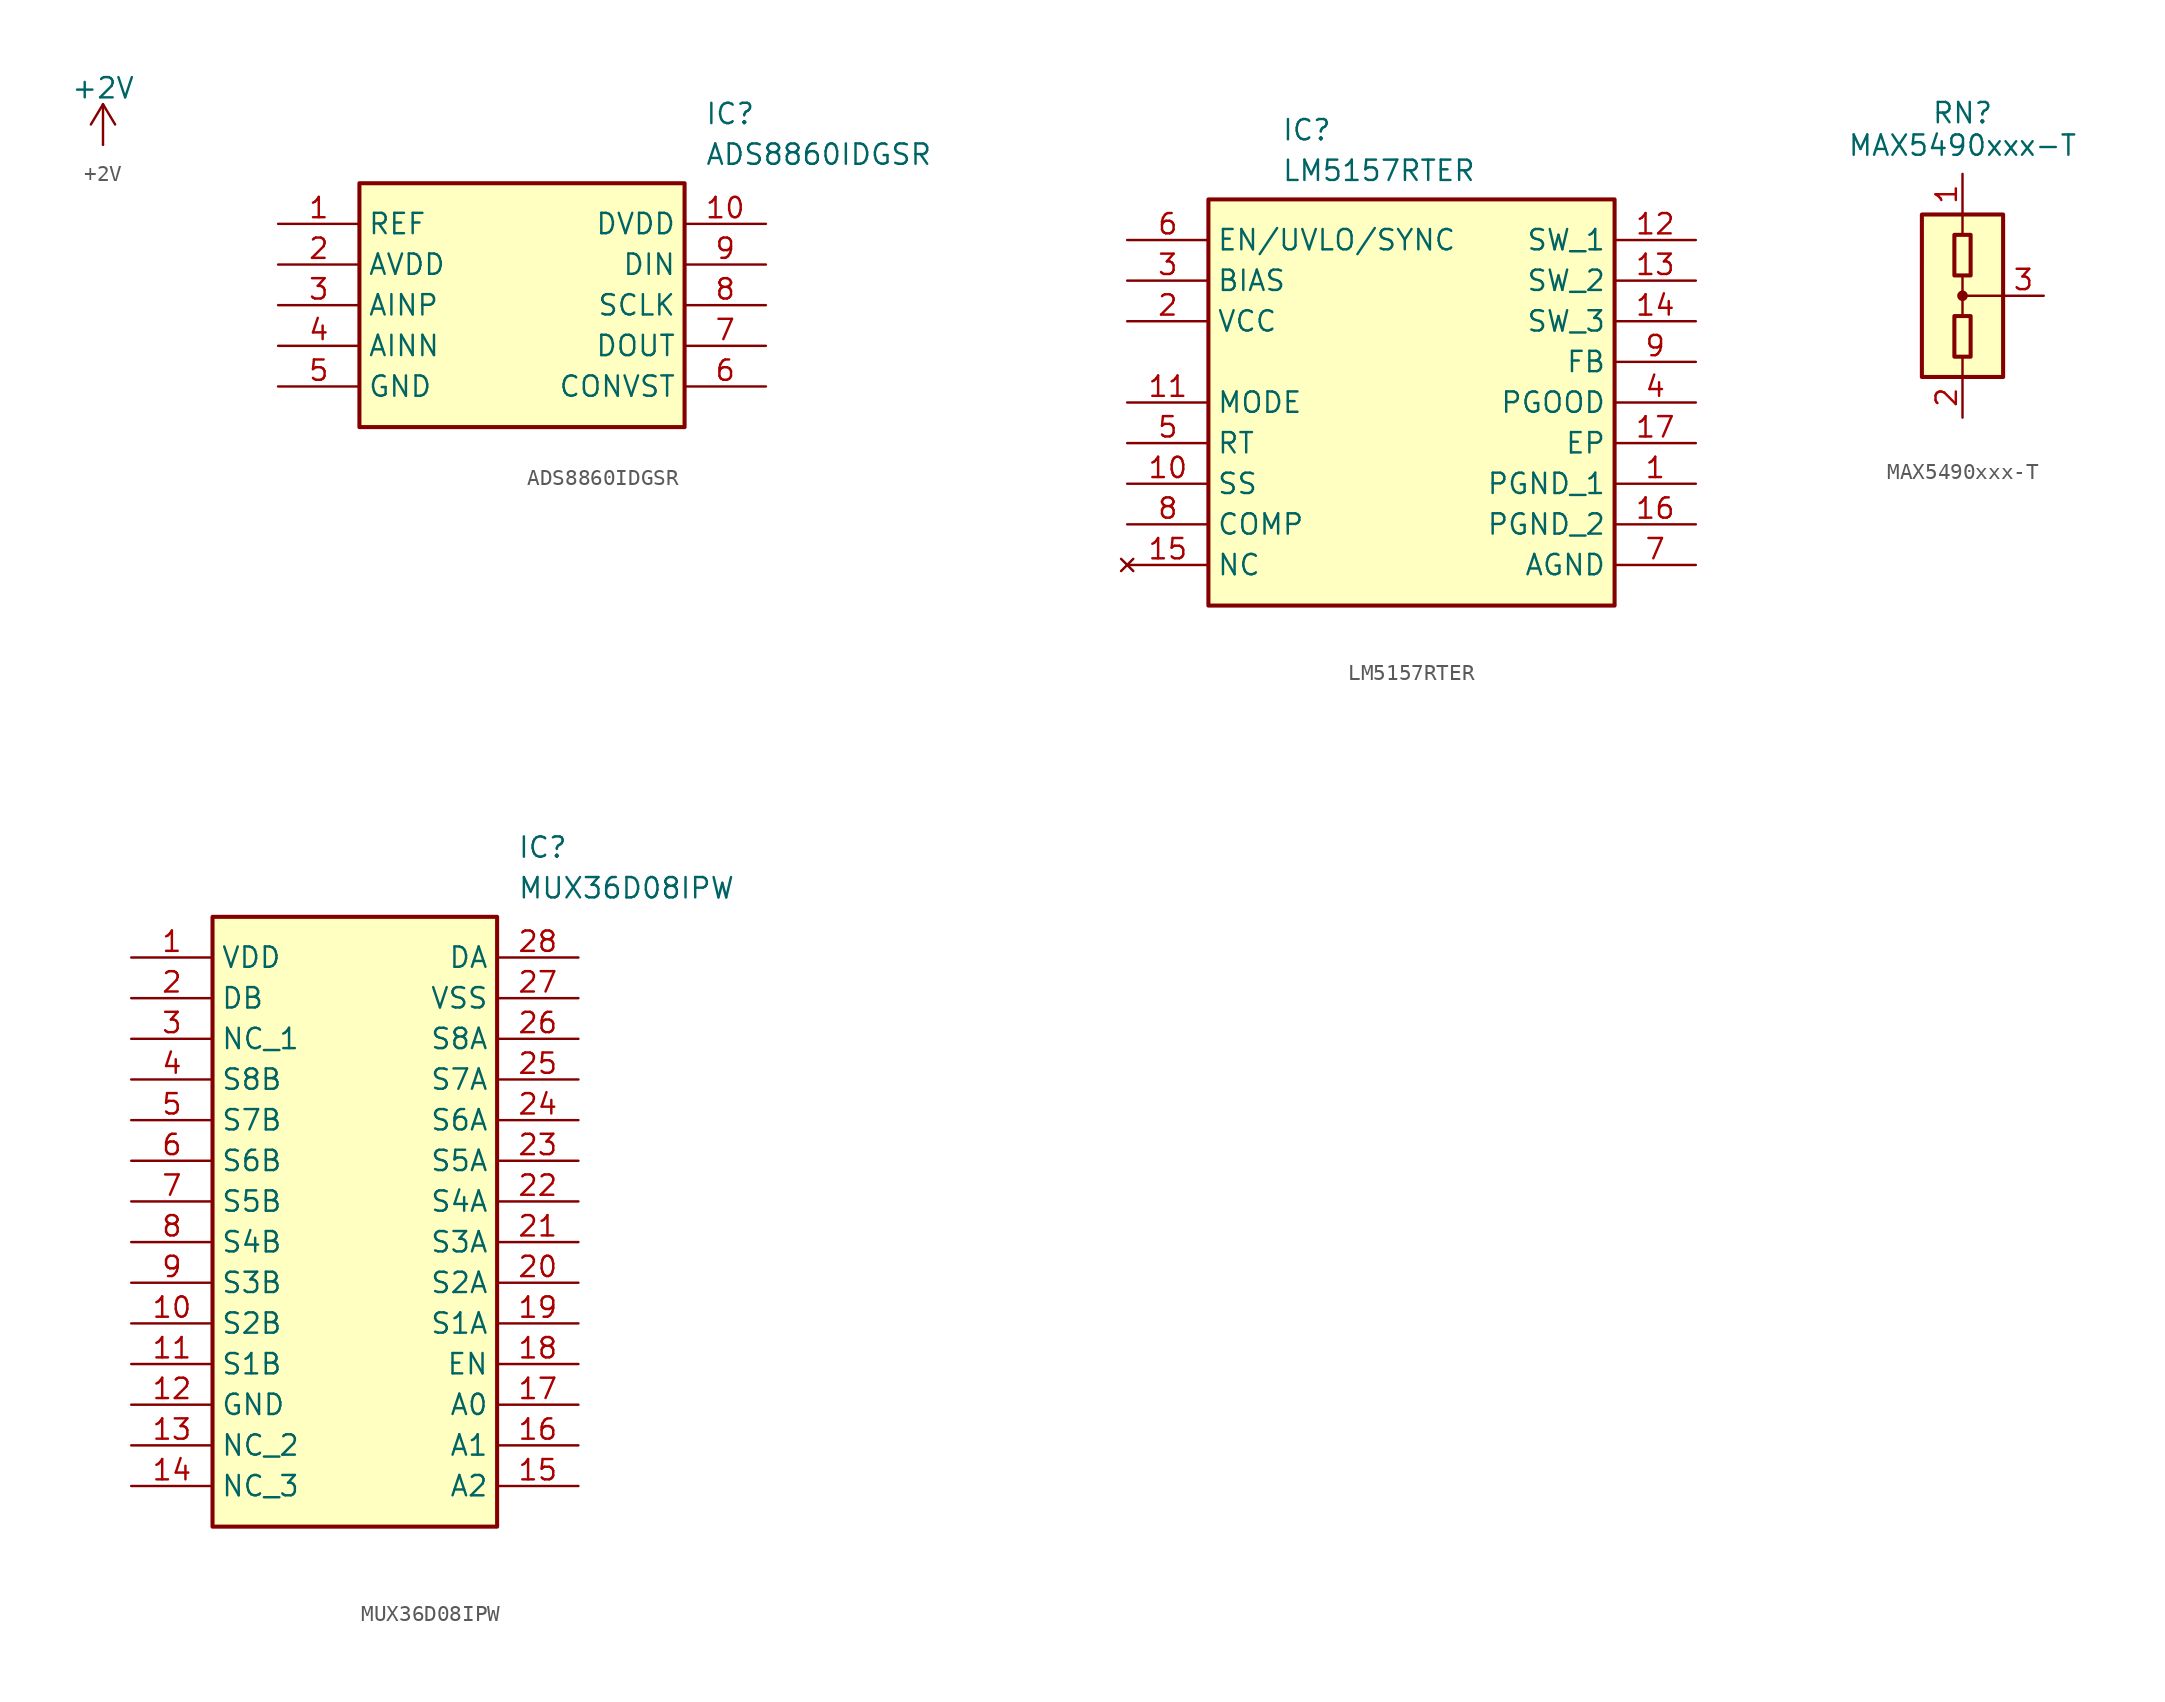
<source format=kicad_sym>
(kicad_symbol_lib
  (version 20231120)
  (generator "kicad_symbol_editor")
  (generator_version "8.0")
  (symbol "+2V"
    (power)
    (pin_numbers hide)
    (pin_names
      (offset 0) hide)
    (property "Reference" "#PWR"
      (at 0 -3.81 0)
      (effects (font (size 1.27 1.27)) (hide yes)))
    (property "Value" "+2V"
      (at 0 3.556 0)
      (effects (font (size 1.27 1.27))))
    (symbol "+2V_0_1"
      (polyline (pts (xy -0.762 1.27) (xy 0 2.54)) (stroke (width 0) (type default)) (fill (type none)))
      (polyline (pts (xy 0 0) (xy 0 2.54)) (stroke (width 0) (type default)) (fill (type none)))
      (polyline (pts (xy 0 2.54) (xy 0.762 1.27)) (stroke (width 0) (type default)) (fill (type none))))
    (symbol "+2V_1_1"
      (pin power_in line (at 0 0 90) (length 0) (name "~" (effects (font (size 1.27 1.27)))) (number "1" (effects (font (size 1.27 1.27)))))))
  (symbol "ADS8860IDGSR"
    (property "Reference" "IC"
      (at 26.67 7.62 0)
      (effects (font (size 1.27 1.27)) (justify left top)))
    (property "Value" "ADS8860IDGSR"
      (at 26.67 5.08 0)
      (effects (font (size 1.27 1.27)) (justify left top)))
    (symbol "ADS8860IDGSR_1_1"
      (rectangle (start 5.08 2.54) (end 25.4 -12.7) (stroke (width 0.254) (type default)) (fill (type background)))
      (pin passive line (at 0 0 0) (length 5.08) (name "REF" (effects (font (size 1.27 1.27)))) (number "1" (effects (font (size 1.27 1.27)))))
      (pin passive line (at 30.48 0 180) (length 5.08) (name "DVDD" (effects (font (size 1.27 1.27)))) (number "10" (effects (font (size 1.27 1.27)))))
      (pin passive line (at 0 -2.54 0) (length 5.08) (name "AVDD" (effects (font (size 1.27 1.27)))) (number "2" (effects (font (size 1.27 1.27)))))
      (pin passive line (at 0 -5.08 0) (length 5.08) (name "AINP" (effects (font (size 1.27 1.27)))) (number "3" (effects (font (size 1.27 1.27)))))
      (pin passive line (at 0 -7.62 0) (length 5.08) (name "AINN" (effects (font (size 1.27 1.27)))) (number "4" (effects (font (size 1.27 1.27)))))
      (pin passive line (at 0 -10.16 0) (length 5.08) (name "GND" (effects (font (size 1.27 1.27)))) (number "5" (effects (font (size 1.27 1.27)))))
      (pin passive line (at 30.48 -10.16 180) (length 5.08) (name "CONVST" (effects (font (size 1.27 1.27)))) (number "6" (effects (font (size 1.27 1.27)))))
      (pin passive line (at 30.48 -7.62 180) (length 5.08) (name "DOUT" (effects (font (size 1.27 1.27)))) (number "7" (effects (font (size 1.27 1.27)))))
      (pin passive line (at 30.48 -5.08 180) (length 5.08) (name "SCLK" (effects (font (size 1.27 1.27)))) (number "8" (effects (font (size 1.27 1.27)))))
      (pin passive line (at 30.48 -2.54 180) (length 5.08) (name "DIN" (effects (font (size 1.27 1.27)))) (number "9" (effects (font (size 1.27 1.27)))))))
  (symbol "LM5157RTER"
    (property "Reference" "IC"
      (at -8.128 15.24 0)
      (effects (font (size 1.27 1.27)) (justify left top)))
    (property "Value" "LM5157RTER"
      (at -8.128 12.7 0)
      (effects (font (size 1.27 1.27)) (justify left top)))
    (symbol "LM5157RTER_1_1"
      (rectangle (start -12.7 10.16) (end 12.7 -15.24) (stroke (width 0.254) (type default)) (fill (type background)))
      (pin passive line (at 17.78 -7.62 180) (length 5.08) (name "PGND_1" (effects (font (size 1.27 1.27)))) (number "1" (effects (font (size 1.27 1.27)))))
      (pin passive line (at -17.78 -7.62 0) (length 5.08) (name "SS" (effects (font (size 1.27 1.27)))) (number "10" (effects (font (size 1.27 1.27)))))
      (pin passive line (at -17.78 -2.54 0) (length 5.08) (name "MODE" (effects (font (size 1.27 1.27)))) (number "11" (effects (font (size 1.27 1.27)))))
      (pin passive line (at 17.78 7.62 180) (length 5.08) (name "SW_1" (effects (font (size 1.27 1.27)))) (number "12" (effects (font (size 1.27 1.27)))))
      (pin passive line (at 17.78 5.08 180) (length 5.08) (name "SW_2" (effects (font (size 1.27 1.27)))) (number "13" (effects (font (size 1.27 1.27)))))
      (pin passive line (at 17.78 2.54 180) (length 5.08) (name "SW_3" (effects (font (size 1.27 1.27)))) (number "14" (effects (font (size 1.27 1.27)))))
      (pin no_connect line (at -17.78 -12.7 0) (length 5.08) (name "NC" (effects (font (size 1.27 1.27)))) (number "15" (effects (font (size 1.27 1.27)))))
      (pin passive line (at 17.78 -10.16 180) (length 5.08) (name "PGND_2" (effects (font (size 1.27 1.27)))) (number "16" (effects (font (size 1.27 1.27)))))
      (pin passive line (at 17.78 -5.08 180) (length 5.08) (name "EP" (effects (font (size 1.27 1.27)))) (number "17" (effects (font (size 1.27 1.27)))))
      (pin passive line (at -17.78 2.54 0) (length 5.08) (name "VCC" (effects (font (size 1.27 1.27)))) (number "2" (effects (font (size 1.27 1.27)))))
      (pin passive line (at -17.78 5.08 0) (length 5.08) (name "BIAS" (effects (font (size 1.27 1.27)))) (number "3" (effects (font (size 1.27 1.27)))))
      (pin passive line (at 17.78 -2.54 180) (length 5.08) (name "PGOOD" (effects (font (size 1.27 1.27)))) (number "4" (effects (font (size 1.27 1.27)))))
      (pin passive line (at -17.78 -5.08 0) (length 5.08) (name "RT" (effects (font (size 1.27 1.27)))) (number "5" (effects (font (size 1.27 1.27)))))
      (pin passive line (at -17.78 7.62 0) (length 5.08) (name "EN/UVLO/SYNC" (effects (font (size 1.27 1.27)))) (number "6" (effects (font (size 1.27 1.27)))))
      (pin passive line (at 17.78 -12.7 180) (length 5.08) (name "AGND" (effects (font (size 1.27 1.27)))) (number "7" (effects (font (size 1.27 1.27)))))
      (pin passive line (at -17.78 -10.16 0) (length 5.08) (name "COMP" (effects (font (size 1.27 1.27)))) (number "8" (effects (font (size 1.27 1.27)))))
      (pin passive line (at 17.78 0 180) (length 5.08) (name "FB" (effects (font (size 1.27 1.27)))) (number "9" (effects (font (size 1.27 1.27)))))))
  (symbol "MAX5490xxx-T"
    (pin_names
      (offset 0) hide)
    (property "Reference" "RN"
      (at 0 11.43 0)
      (effects (font (size 1.27 1.27))))
    (property "Value" "MAX5490xxx-T"
      (at 0 9.398 0)
      (effects (font (size 1.27 1.27))))
    (symbol "MAX5490xxx-T_0_1"
      (rectangle (start -2.54 5.08) (end 2.54 -5.08) (stroke (width 0.254) (type default)) (fill (type background)))
      (rectangle (start -0.508 -1.27) (end 0.508 -3.81) (stroke (width 0.254) (type default)) (fill (type none)))
      (rectangle (start -0.508 3.81) (end 0.508 1.27) (stroke (width 0.254) (type default)) (fill (type none)))
      (polyline (pts (xy -2.54 3.81) (xy -2.54 2.032)) (stroke (width 0) (type default)) (fill (type none)))
      (polyline (pts (xy 0 -3.81) (xy 0 -5.08)) (stroke (width 0) (type default)) (fill (type none)))
      (polyline (pts (xy 0 1.27) (xy 0 -1.27)) (stroke (width 0) (type default)) (fill (type none)))
      (polyline (pts (xy 0 5.08) (xy 0 3.81)) (stroke (width 0) (type default)) (fill (type none)))
      (polyline (pts (xy 2.54 0) (xy 0 0)) (stroke (width 0) (type default)) (fill (type none)))
      (circle (center 0 0) (radius 0.254) (stroke (width 0) (type default)) (fill (type outline))))
    (symbol "MAX5490xxx-T_1_1"
      (pin passive line (at 0 7.62 270) (length 2.54) (name "COM1" (effects (font (size 1.27 1.27)))) (number "1" (effects (font (size 1.27 1.27)))))
      (pin passive line (at 0 -7.62 90) (length 2.54) (name "R1" (effects (font (size 1.27 1.27)))) (number "2" (effects (font (size 1.27 1.27)))))
      (pin passive line (at 5.08 0 180) (length 2.54) (name "R2" (effects (font (size 1.27 1.27)))) (number "3" (effects (font (size 1.27 1.27)))))))
  (symbol "MUX36D08IPW"
    (property "Reference" "IC"
      (at 24.13 7.62 0)
      (effects (font (size 1.27 1.27)) (justify left top)))
    (property "Value" "MUX36D08IPW"
      (at 24.13 5.08 0)
      (effects (font (size 1.27 1.27)) (justify left top)))
    (symbol "MUX36D08IPW_1_1"
      (rectangle (start 5.08 2.54) (end 22.86 -35.56) (stroke (width 0.254) (type default)) (fill (type background)))
      (pin passive line (at 0 0 0) (length 5.08) (name "VDD" (effects (font (size 1.27 1.27)))) (number "1" (effects (font (size 1.27 1.27)))))
      (pin passive line (at 0 -22.86 0) (length 5.08) (name "S2B" (effects (font (size 1.27 1.27)))) (number "10" (effects (font (size 1.27 1.27)))))
      (pin passive line (at 0 -25.4 0) (length 5.08) (name "S1B" (effects (font (size 1.27 1.27)))) (number "11" (effects (font (size 1.27 1.27)))))
      (pin passive line (at 0 -27.94 0) (length 5.08) (name "GND" (effects (font (size 1.27 1.27)))) (number "12" (effects (font (size 1.27 1.27)))))
      (pin passive line (at 0 -30.48 0) (length 5.08) (name "NC_2" (effects (font (size 1.27 1.27)))) (number "13" (effects (font (size 1.27 1.27)))))
      (pin passive line (at 0 -33.02 0) (length 5.08) (name "NC_3" (effects (font (size 1.27 1.27)))) (number "14" (effects (font (size 1.27 1.27)))))
      (pin passive line (at 27.94 -33.02 180) (length 5.08) (name "A2" (effects (font (size 1.27 1.27)))) (number "15" (effects (font (size 1.27 1.27)))))
      (pin passive line (at 27.94 -30.48 180) (length 5.08) (name "A1" (effects (font (size 1.27 1.27)))) (number "16" (effects (font (size 1.27 1.27)))))
      (pin passive line (at 27.94 -27.94 180) (length 5.08) (name "A0" (effects (font (size 1.27 1.27)))) (number "17" (effects (font (size 1.27 1.27)))))
      (pin passive line (at 27.94 -25.4 180) (length 5.08) (name "EN" (effects (font (size 1.27 1.27)))) (number "18" (effects (font (size 1.27 1.27)))))
      (pin passive line (at 27.94 -22.86 180) (length 5.08) (name "S1A" (effects (font (size 1.27 1.27)))) (number "19" (effects (font (size 1.27 1.27)))))
      (pin passive line (at 0 -2.54 0) (length 5.08) (name "DB" (effects (font (size 1.27 1.27)))) (number "2" (effects (font (size 1.27 1.27)))))
      (pin passive line (at 27.94 -20.32 180) (length 5.08) (name "S2A" (effects (font (size 1.27 1.27)))) (number "20" (effects (font (size 1.27 1.27)))))
      (pin passive line (at 27.94 -17.78 180) (length 5.08) (name "S3A" (effects (font (size 1.27 1.27)))) (number "21" (effects (font (size 1.27 1.27)))))
      (pin passive line (at 27.94 -15.24 180) (length 5.08) (name "S4A" (effects (font (size 1.27 1.27)))) (number "22" (effects (font (size 1.27 1.27)))))
      (pin passive line (at 27.94 -12.7 180) (length 5.08) (name "S5A" (effects (font (size 1.27 1.27)))) (number "23" (effects (font (size 1.27 1.27)))))
      (pin passive line (at 27.94 -10.16 180) (length 5.08) (name "S6A" (effects (font (size 1.27 1.27)))) (number "24" (effects (font (size 1.27 1.27)))))
      (pin passive line (at 27.94 -7.62 180) (length 5.08) (name "S7A" (effects (font (size 1.27 1.27)))) (number "25" (effects (font (size 1.27 1.27)))))
      (pin passive line (at 27.94 -5.08 180) (length 5.08) (name "S8A" (effects (font (size 1.27 1.27)))) (number "26" (effects (font (size 1.27 1.27)))))
      (pin passive line (at 27.94 -2.54 180) (length 5.08) (name "VSS" (effects (font (size 1.27 1.27)))) (number "27" (effects (font (size 1.27 1.27)))))
      (pin passive line (at 27.94 0 180) (length 5.08) (name "DA" (effects (font (size 1.27 1.27)))) (number "28" (effects (font (size 1.27 1.27)))))
      (pin passive line (at 0 -5.08 0) (length 5.08) (name "NC_1" (effects (font (size 1.27 1.27)))) (number "3" (effects (font (size 1.27 1.27)))))
      (pin passive line (at 0 -7.62 0) (length 5.08) (name "S8B" (effects (font (size 1.27 1.27)))) (number "4" (effects (font (size 1.27 1.27)))))
      (pin passive line (at 0 -10.16 0) (length 5.08) (name "S7B" (effects (font (size 1.27 1.27)))) (number "5" (effects (font (size 1.27 1.27)))))
      (pin passive line (at 0 -12.7 0) (length 5.08) (name "S6B" (effects (font (size 1.27 1.27)))) (number "6" (effects (font (size 1.27 1.27)))))
      (pin passive line (at 0 -15.24 0) (length 5.08) (name "S5B" (effects (font (size 1.27 1.27)))) (number "7" (effects (font (size 1.27 1.27)))))
      (pin passive line (at 0 -17.78 0) (length 5.08) (name "S4B" (effects (font (size 1.27 1.27)))) (number "8" (effects (font (size 1.27 1.27)))))
      (pin passive line (at 0 -20.32 0) (length 5.08) (name "S3B" (effects (font (size 1.27 1.27)))) (number "9" (effects (font (size 1.27 1.27))))))))
</source>
